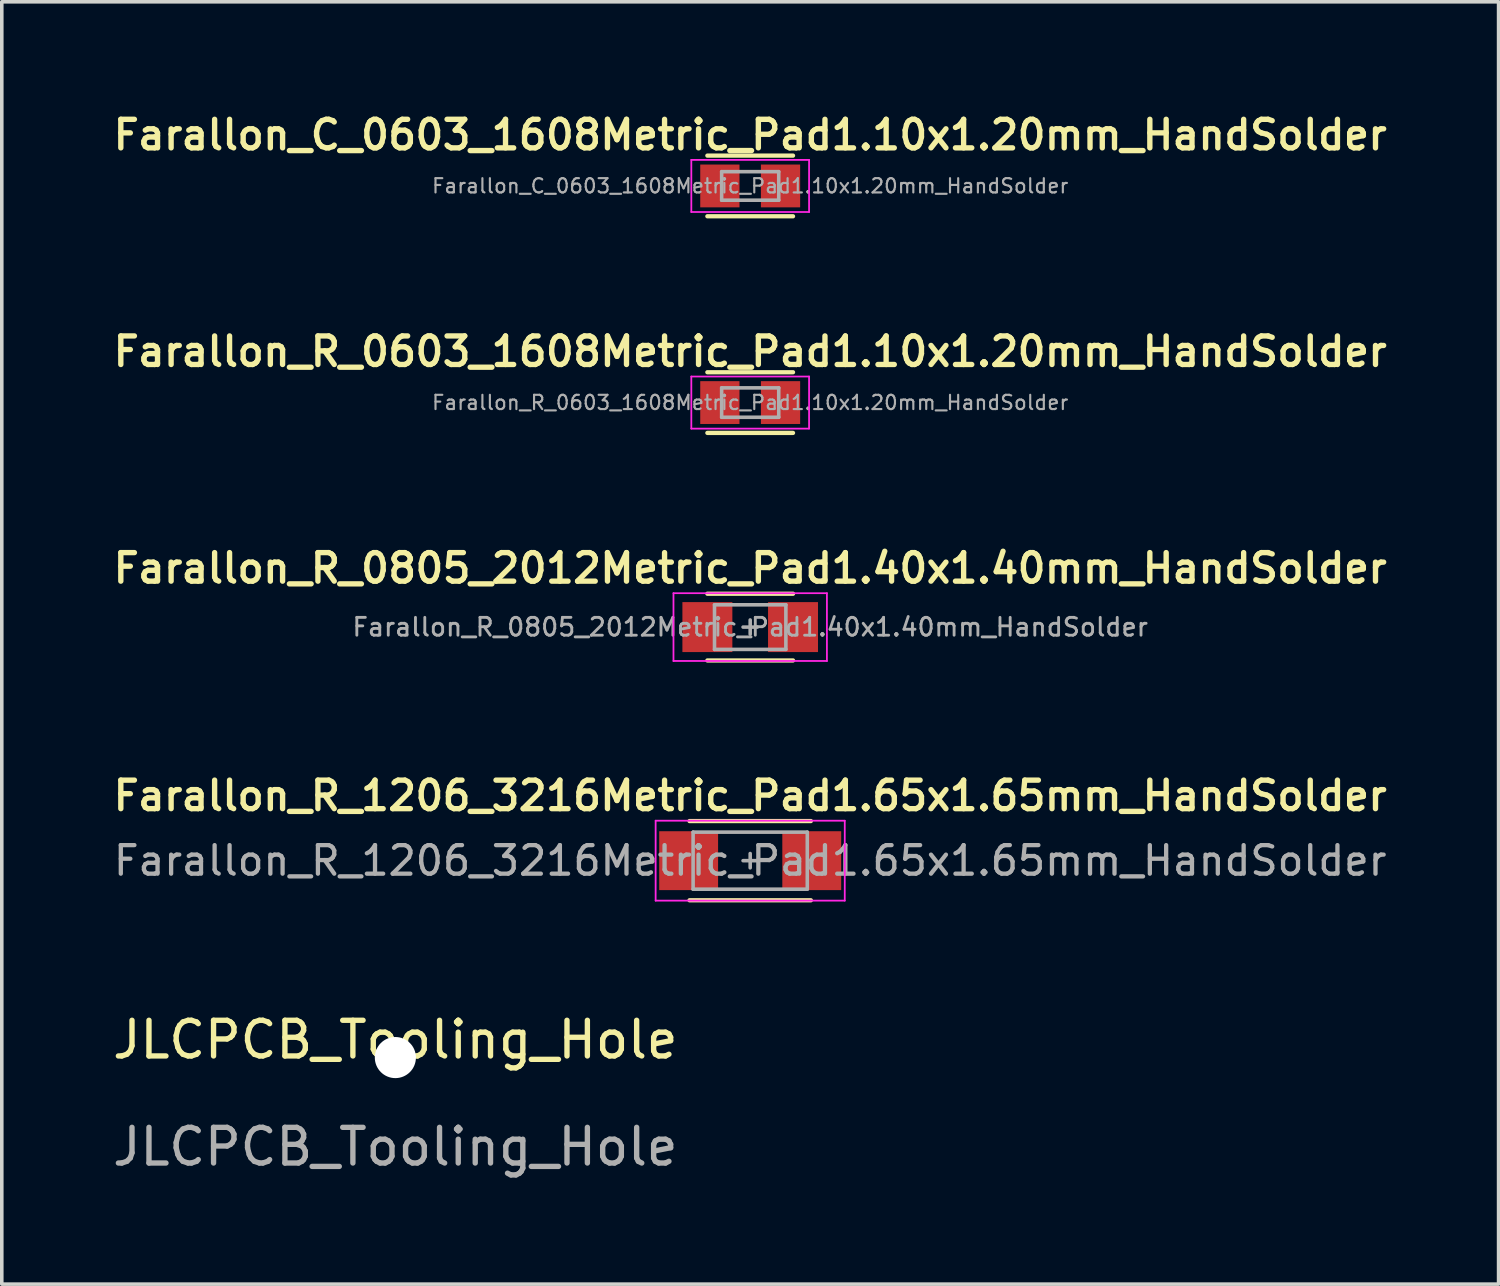
<source format=kicad_pcb>
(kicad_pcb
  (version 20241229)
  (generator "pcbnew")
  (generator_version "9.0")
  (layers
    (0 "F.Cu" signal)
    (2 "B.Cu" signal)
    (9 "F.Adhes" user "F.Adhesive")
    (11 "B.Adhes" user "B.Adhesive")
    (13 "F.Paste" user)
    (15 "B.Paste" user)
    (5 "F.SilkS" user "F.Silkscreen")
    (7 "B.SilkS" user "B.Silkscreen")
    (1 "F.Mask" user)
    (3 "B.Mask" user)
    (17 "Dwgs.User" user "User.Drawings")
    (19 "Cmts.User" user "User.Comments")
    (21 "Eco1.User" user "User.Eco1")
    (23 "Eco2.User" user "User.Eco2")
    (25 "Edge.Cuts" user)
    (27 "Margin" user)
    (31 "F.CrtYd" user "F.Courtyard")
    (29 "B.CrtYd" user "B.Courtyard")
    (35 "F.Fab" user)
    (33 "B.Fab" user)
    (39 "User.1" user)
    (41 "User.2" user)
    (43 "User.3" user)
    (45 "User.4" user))
  (footprint "JLCPCB_Tooling_Hole"
    (layer "F.Cu")
    (at 8.03 26.588)
    (property "Reference" "JLCPCB_Tooling_Hole" (at 0 -0.5 0) (unlocked yes) (layer "F.SilkS") (effects (font (size 1 1) (thickness 0.15))))
    (attr through_hole)
    (fp_text user "${REFERENCE}" (at 0 2.5 0) (unlocked yes) (layer "F.Fab") (effects (font (size 1 1) (thickness 0.15))))
    (pad "" np_thru_hole circle (at 0 0) (size 1.152 1.152) (drill 1.152) (layers "*.Cu" "*.Mask")))
  (footprint "Farallon_R_0603_1608Metric_Pad1.10x1.20mm_HandSolder"
    (layer "F.Cu")
    (at 17.974 8.232)
    (property "Reference" "Farallon_R_0603_1608Metric_Pad1.10x1.20mm_HandSolder" (at 0 -1.43 0) (layer "F.SilkS") (effects (font (size 0.8 0.8) (thickness 0.15))))
    (attr smd)
    (fp_line (start -1.2 -0.85) (end 1.2 -0.85) (stroke (width 0.12) (type solid)) (layer "F.SilkS"))
    (fp_line (start -1.2 0.85) (end 1.2 0.85) (stroke (width 0.12) (type solid)) (layer "F.SilkS"))
    (fp_line (start -1.65 -0.73) (end 1.65 -0.73) (stroke (width 0.05) (type solid)) (layer "F.CrtYd"))
    (fp_line (start -1.65 0.73) (end -1.65 -0.73) (stroke (width 0.05) (type solid)) (layer "F.CrtYd"))
    (fp_line (start 1.65 -0.73) (end 1.65 0.73) (stroke (width 0.05) (type solid)) (layer "F.CrtYd"))
    (fp_line (start 1.65 0.73) (end -1.65 0.73) (stroke (width 0.05) (type solid)) (layer "F.CrtYd"))
    (fp_line (start -0.8 -0.412) (end 0.8 -0.412) (stroke (width 0.1) (type solid)) (layer "F.Fab"))
    (fp_line (start -0.8 0.412) (end -0.8 -0.412) (stroke (width 0.1) (type solid)) (layer "F.Fab"))
    (fp_line (start 0.8 -0.412) (end 0.8 0.412) (stroke (width 0.1) (type solid)) (layer "F.Fab"))
    (fp_line (start 0.8 0.412) (end -0.8 0.412) (stroke (width 0.1) (type solid)) (layer "F.Fab"))
    (fp_text user "${REFERENCE}" (at 0 0 0) (layer "F.Fab") (effects (font (size 0.4 0.4) (thickness 0.06))))
    (pad "1" smd rect (at -0.85 0) (size 1.1 1.2) (layers "F.Cu" "F.Mask" "F.Paste"))
    (pad "2" smd rect (at 0.85 0) (size 1.1 1.2) (layers "F.Cu" "F.Mask" "F.Paste")))
  (footprint "Farallon_R_1206_3216Metric_Pad1.65x1.65mm_HandSolder"
    (layer "F.Cu")
    (at 17.974 21.07)
    (property "Reference" "Farallon_R_1206_3216Metric_Pad1.65x1.65mm_HandSolder" (at 0 -1.82 0) (layer "F.SilkS") (effects (font (size 0.8 0.8) (thickness 0.15))))
    (attr smd)
    (fp_line (start -1.7 -1.11) (end 1.7 -1.11) (stroke (width 0.12) (type solid)) (layer "F.SilkS"))
    (fp_line (start -1.7 1.11) (end 1.7 1.11) (stroke (width 0.12) (type solid)) (layer "F.SilkS"))
    (fp_line (start -2.65 -1.12) (end 2.65 -1.12) (stroke (width 0.05) (type solid)) (layer "F.CrtYd"))
    (fp_line (start -2.65 1.12) (end -2.65 -1.12) (stroke (width 0.05) (type solid)) (layer "F.CrtYd"))
    (fp_line (start 2.65 -1.12) (end 2.65 1.12) (stroke (width 0.05) (type solid)) (layer "F.CrtYd"))
    (fp_line (start 2.65 1.12) (end -2.65 1.12) (stroke (width 0.05) (type solid)) (layer "F.CrtYd"))
    (fp_line (start -1.6 -0.8) (end 1.6 -0.8) (stroke (width 0.1) (type solid)) (layer "F.Fab"))
    (fp_line (start -1.6 0.8) (end -1.6 -0.8) (stroke (width 0.1) (type solid)) (layer "F.Fab"))
    (fp_line (start -0.2 0) (end 0.2 0) (stroke (width 0.1) (type default)) (layer "F.Fab"))
    (fp_line (start 0 -0.2) (end 0 0.2) (stroke (width 0.1) (type default)) (layer "F.Fab"))
    (fp_line (start 1.6 -0.8) (end 1.6 0.8) (stroke (width 0.1) (type solid)) (layer "F.Fab"))
    (fp_line (start 1.6 0.8) (end -1.6 0.8) (stroke (width 0.1) (type solid)) (layer "F.Fab"))
    (fp_text user "${REFERENCE}" (at 0 0 0) (layer "F.Fab") (effects (font (size 0.8 0.8) (thickness 0.12))))
    (pad "1" smd rect (at -1.725 0) (size 1.65 1.65) (layers "F.Cu" "F.Mask" "F.Paste"))
    (pad "2" smd rect (at 1.725 0) (size 1.65 1.65) (layers "F.Cu" "F.Mask" "F.Paste")))
  (footprint "Farallon_R_0805_2012Metric_Pad1.40x1.40mm_HandSolder"
    (layer "F.Cu")
    (at 17.974 14.524)
    (property "Reference" "Farallon_R_0805_2012Metric_Pad1.40x1.40mm_HandSolder" (at 0 -1.65 0) (layer "F.SilkS") (effects (font (size 0.8 0.8) (thickness 0.15))))
    (attr smd)
    (fp_line (start -1.2 -0.935) (end 1.2 -0.935) (stroke (width 0.12) (type solid)) (layer "F.SilkS"))
    (fp_line (start -1.2 0.935) (end 1.2 0.935) (stroke (width 0.12) (type solid)) (layer "F.SilkS"))
    (fp_line (start -2.15 -0.95) (end 2.15 -0.95) (stroke (width 0.05) (type solid)) (layer "F.CrtYd"))
    (fp_line (start -2.15 0.95) (end -2.15 -0.95) (stroke (width 0.05) (type solid)) (layer "F.CrtYd"))
    (fp_line (start 2.15 -0.95) (end 2.15 0.95) (stroke (width 0.05) (type solid)) (layer "F.CrtYd"))
    (fp_line (start 2.15 0.95) (end -2.15 0.95) (stroke (width 0.05) (type solid)) (layer "F.CrtYd"))
    (fp_line (start -1 -0.625) (end 1 -0.625) (stroke (width 0.1) (type solid)) (layer "F.Fab"))
    (fp_line (start -1 0.625) (end -1 -0.625) (stroke (width 0.1) (type solid)) (layer "F.Fab"))
    (fp_line (start -0.2 0) (end 0.2 0) (stroke (width 0.1) (type default)) (layer "F.Fab"))
    (fp_line (start 0 -0.2) (end 0 0.2) (stroke (width 0.1) (type default)) (layer "F.Fab"))
    (fp_line (start 1 -0.625) (end 1 0.625) (stroke (width 0.1) (type solid)) (layer "F.Fab"))
    (fp_line (start 1 0.625) (end -1 0.625) (stroke (width 0.1) (type solid)) (layer "F.Fab"))
    (fp_text user "${REFERENCE}" (at 0 0 0) (layer "F.Fab") (effects (font (size 0.5 0.5) (thickness 0.08))))
    (pad "1" smd rect (at -1.2 0) (size 1.4 1.4) (layers "F.Cu" "F.Mask" "F.Paste"))
    (pad "2" smd rect (at 1.2 0) (size 1.4 1.4) (layers "F.Cu" "F.Mask" "F.Paste")))
  (footprint "Farallon_C_0603_1608Metric_Pad1.10x1.20mm_HandSolder"
    (layer "F.Cu")
    (at 17.974 2.161)
    (property "Reference" "Farallon_C_0603_1608Metric_Pad1.10x1.20mm_HandSolder" (at 0 -1.43 0) (layer "F.SilkS") (effects (font (size 0.8 0.8) (thickness 0.15))))
    (attr smd)
    (fp_line (start -1.2 -0.85) (end 1.2 -0.85) (stroke (width 0.12) (type solid)) (layer "F.SilkS"))
    (fp_line (start -1.2 0.85) (end 1.2 0.85) (stroke (width 0.12) (type solid)) (layer "F.SilkS"))
    (fp_line (start -1.65 -0.73) (end 1.65 -0.73) (stroke (width 0.05) (type solid)) (layer "F.CrtYd"))
    (fp_line (start -1.65 0.73) (end -1.65 -0.73) (stroke (width 0.05) (type solid)) (layer "F.CrtYd"))
    (fp_line (start 1.65 -0.73) (end 1.65 0.73) (stroke (width 0.05) (type solid)) (layer "F.CrtYd"))
    (fp_line (start 1.65 0.73) (end -1.65 0.73) (stroke (width 0.05) (type solid)) (layer "F.CrtYd"))
    (fp_line (start -0.8 -0.4) (end 0.8 -0.4) (stroke (width 0.1) (type solid)) (layer "F.Fab"))
    (fp_line (start -0.8 0.4) (end -0.8 -0.4) (stroke (width 0.1) (type solid)) (layer "F.Fab"))
    (fp_line (start 0.8 -0.4) (end 0.8 0.4) (stroke (width 0.1) (type solid)) (layer "F.Fab"))
    (fp_line (start 0.8 0.4) (end -0.8 0.4) (stroke (width 0.1) (type solid)) (layer "F.Fab"))
    (fp_text user "${REFERENCE}" (at 0 0 0) (layer "F.Fab") (effects (font (size 0.4 0.4) (thickness 0.06))))
    (pad "1" smd rect (at -0.85 0) (size 1.1 1.2) (layers "F.Cu" "F.Mask" "F.Paste"))
    (pad "2" smd rect (at 0.85 0) (size 1.1 1.2) (layers "F.Cu" "F.Mask" "F.Paste")))
  (gr_rect
    (start -3 -3)
    (end 38.947 32.937)
    (stroke (width 0.1) (type default))
    (fill no)
    (layer "Edge.Cuts")))
</source>
